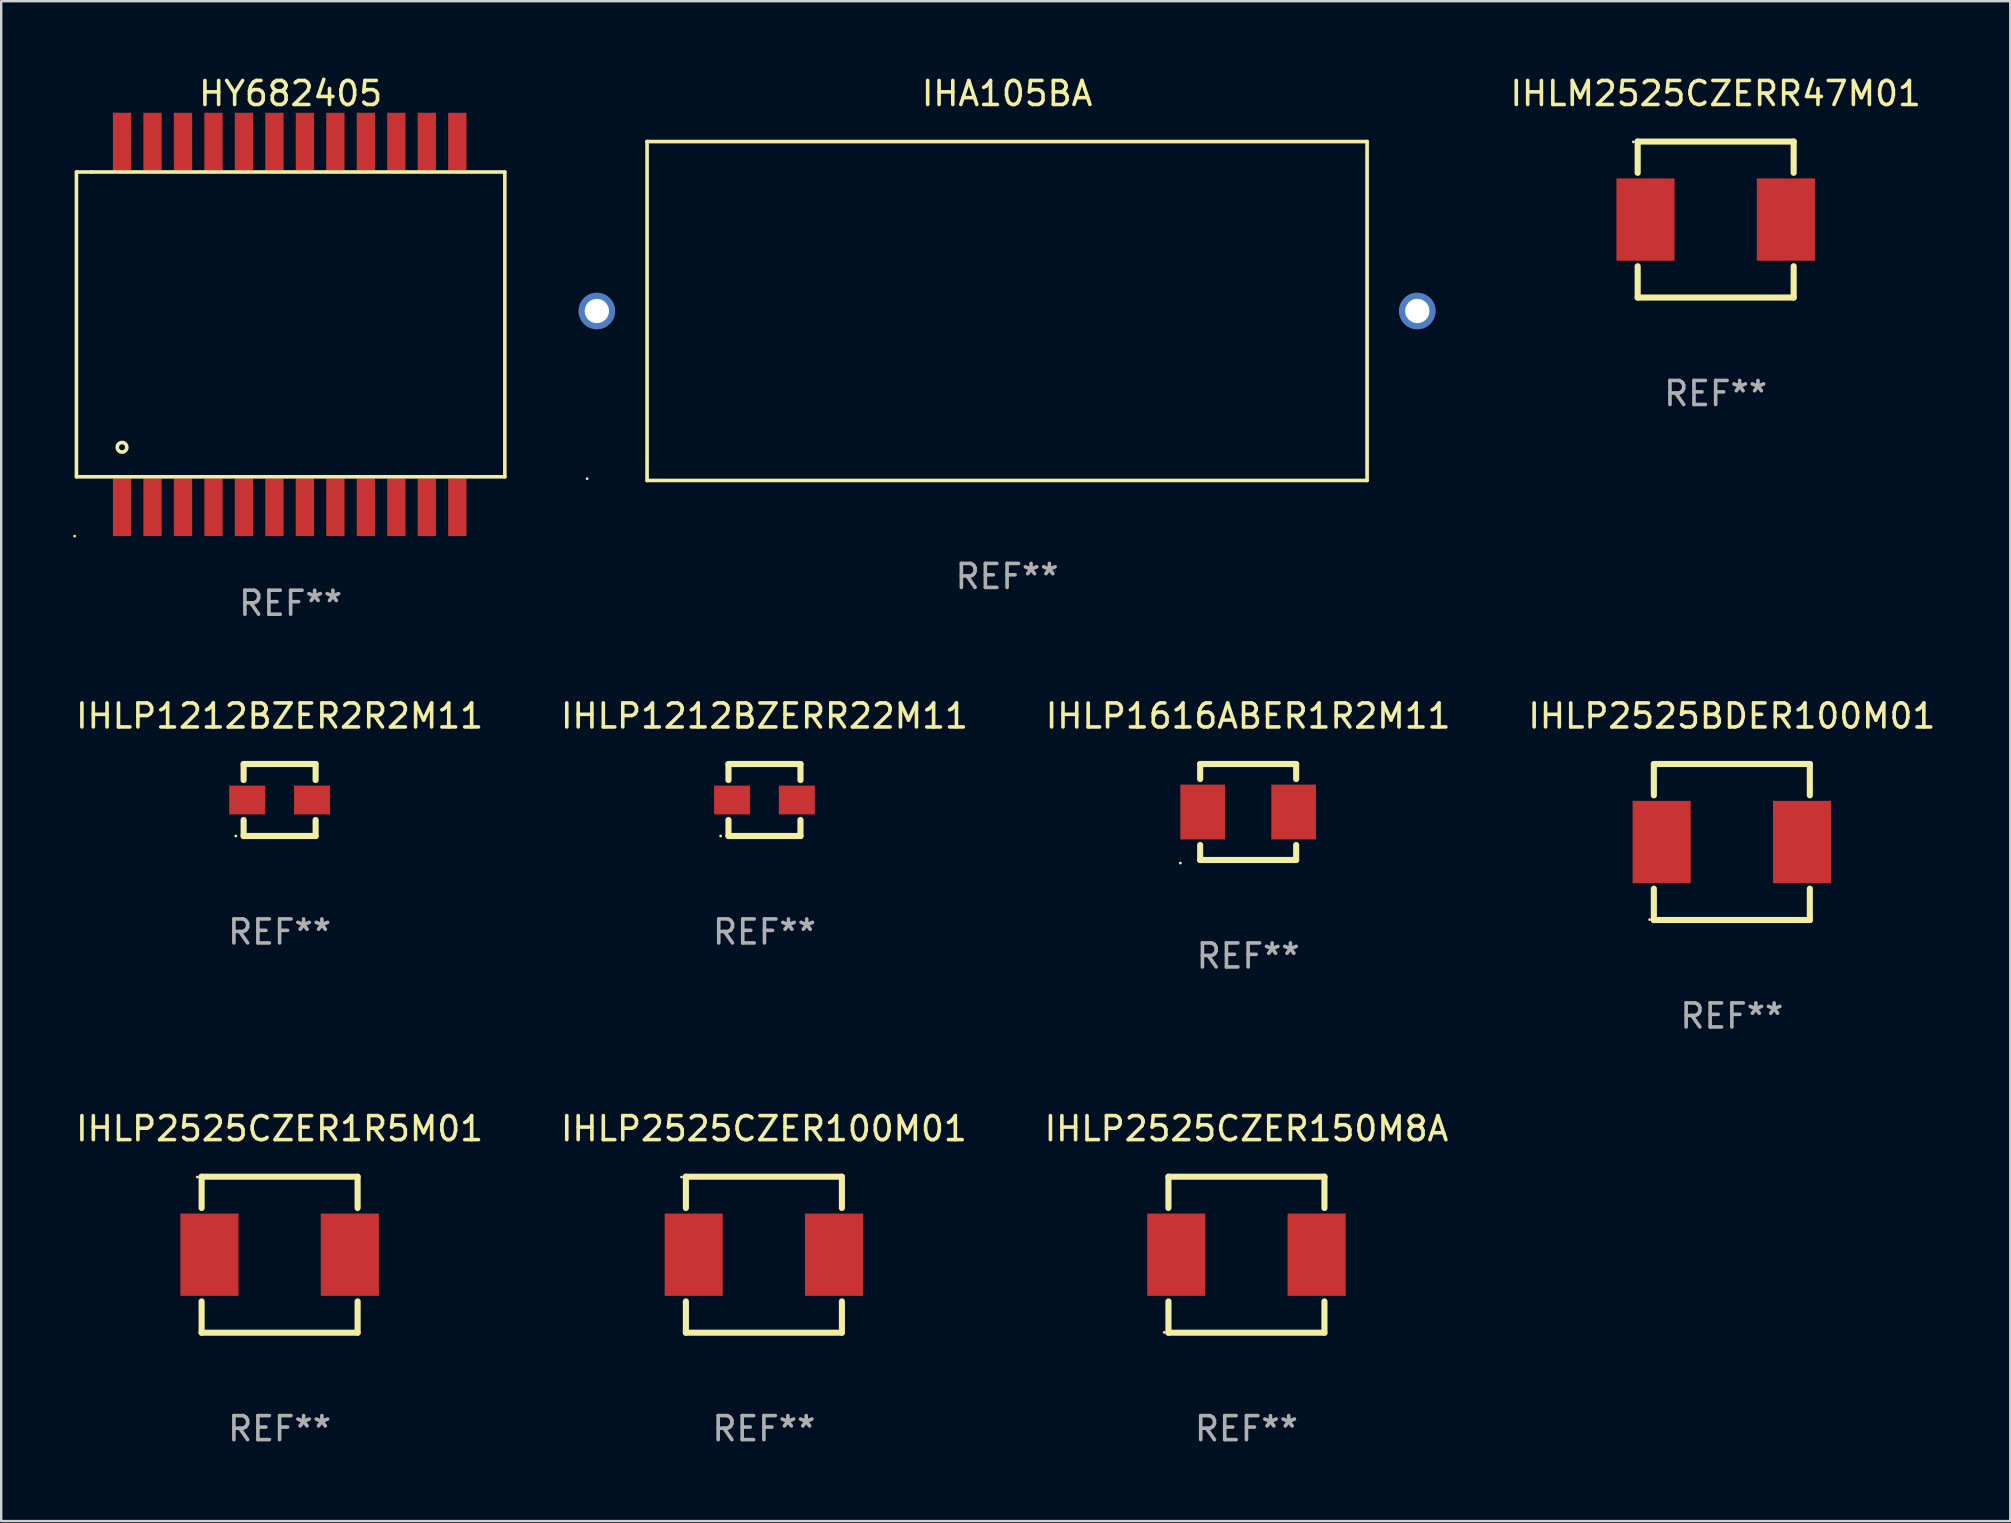
<source format=kicad_pcb>
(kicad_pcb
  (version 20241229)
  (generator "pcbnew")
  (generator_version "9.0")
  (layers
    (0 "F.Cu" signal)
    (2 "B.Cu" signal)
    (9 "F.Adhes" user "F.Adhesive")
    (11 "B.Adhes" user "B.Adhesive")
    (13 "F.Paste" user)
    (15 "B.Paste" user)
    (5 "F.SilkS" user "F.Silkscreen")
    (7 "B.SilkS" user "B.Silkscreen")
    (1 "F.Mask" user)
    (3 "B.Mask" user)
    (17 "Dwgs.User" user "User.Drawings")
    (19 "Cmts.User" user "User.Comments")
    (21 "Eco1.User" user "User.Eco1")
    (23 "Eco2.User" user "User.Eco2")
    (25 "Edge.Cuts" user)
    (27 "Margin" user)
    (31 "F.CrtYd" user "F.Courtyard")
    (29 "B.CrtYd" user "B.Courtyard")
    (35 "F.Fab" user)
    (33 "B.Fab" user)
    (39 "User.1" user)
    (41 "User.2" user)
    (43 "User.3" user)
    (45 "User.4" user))
  (footprint "IHLP2525BDER100M01"
    (layer "F.Cu")
    (at 69.113 32.035)
    (property "Reference" "IHLP2525BDER100M01" (at 0 -5.25 0) (layer "F.SilkS") (effects (font (size 1 1) (thickness 0.15))))
    (attr through_hole)
    (fp_line (start -3.25 -3.25) (end 3.25 -3.25) (stroke (width 0.254) (type solid)) (layer "F.SilkS"))
    (fp_line (start -3.25 -1.946) (end -3.25 -3.25) (stroke (width 0.254) (type solid)) (layer "F.SilkS"))
    (fp_line (start -3.25 3.25) (end -3.25 1.946) (stroke (width 0.254) (type solid)) (layer "F.SilkS"))
    (fp_line (start 3.25 -3.25) (end 3.25 -1.946) (stroke (width 0.254) (type solid)) (layer "F.SilkS"))
    (fp_line (start 3.25 1.946) (end 3.25 3.25) (stroke (width 0.254) (type solid)) (layer "F.SilkS"))
    (fp_line (start 3.25 3.25) (end -3.25 3.25) (stroke (width 0.254) (type solid)) (layer "F.SilkS"))
    (fp_circle (center -3.426 3.235) (end -3.396 3.235) (stroke (width 0.06) (type solid)) (fill no) (layer "F.SilkS"))
    (fp_text user "REF**" (at 0 7.25 0) (layer "F.Fab") (effects (font (size 1 1) (thickness 0.15))))
    (pad "1" smd rect (at -2.925 0) (size 2.42 3.43) (layers "F.Cu" "F.Mask" "F.Paste"))
    (pad "2" smd rect (at 2.925 0) (size 2.42 3.43) (layers "F.Cu" "F.Mask" "F.Paste")))
  (footprint "IHLP2525CZER1R5M01"
    (layer "F.Cu")
    (at 8.601 49.231)
    (property "Reference" "IHLP2525CZER1R5M01" (at 0 -5.25 0) (layer "F.SilkS") (effects (font (size 1 1) (thickness 0.15))))
    (attr through_hole)
    (fp_line (start -3.25 -3.25) (end 3.25 -3.25) (stroke (width 0.254) (type solid)) (layer "F.SilkS"))
    (fp_line (start -3.25 -1.946) (end -3.25 -3.25) (stroke (width 0.254) (type solid)) (layer "F.SilkS"))
    (fp_line (start -3.25 3.25) (end -3.25 1.946) (stroke (width 0.254) (type solid)) (layer "F.SilkS"))
    (fp_line (start 3.25 -3.25) (end 3.25 -1.946) (stroke (width 0.254) (type solid)) (layer "F.SilkS"))
    (fp_line (start 3.25 1.946) (end 3.25 3.25) (stroke (width 0.254) (type solid)) (layer "F.SilkS"))
    (fp_line (start 3.25 3.25) (end -3.25 3.25) (stroke (width 0.254) (type solid)) (layer "F.SilkS"))
    (fp_circle (center -3.43 -3.235) (end -3.4 -3.235) (stroke (width 0.06) (type solid)) (fill no) (layer "F.SilkS"))
    (fp_text user "REF**" (at 0 7.25 0) (layer "F.Fab") (effects (font (size 1 1) (thickness 0.15))))
    (pad "1" smd rect (at -2.925 0) (size 2.42 3.43) (layers "F.Cu" "F.Mask" "F.Paste"))
    (pad "2" smd rect (at 2.925 0) (size 2.42 3.43) (layers "F.Cu" "F.Mask" "F.Paste")))
  (footprint "IHLP1616ABER1R2M11"
    (layer "F.Cu")
    (at 48.958 30.785)
    (property "Reference" "IHLP1616ABER1R2M11" (at 0 -4 0) (layer "F.SilkS") (effects (font (size 1 1) (thickness 0.15))))
    (attr through_hole)
    (fp_line (start -2 -2) (end -2 -1.374) (stroke (width 0.254) (type solid)) (layer "F.SilkS"))
    (fp_line (start -2 -2) (end 2 -2) (stroke (width 0.254) (type solid)) (layer "F.SilkS"))
    (fp_line (start -2 1.374) (end -2 2) (stroke (width 0.254) (type solid)) (layer "F.SilkS"))
    (fp_line (start -2 2) (end 2 2) (stroke (width 0.254) (type solid)) (layer "F.SilkS"))
    (fp_line (start 2 -2) (end 2 -1.374) (stroke (width 0.254) (type solid)) (layer "F.SilkS"))
    (fp_line (start 2 1.374) (end 2 2) (stroke (width 0.254) (type solid)) (layer "F.SilkS"))
    (fp_circle (center -2.825 2.127) (end -2.795 2.127) (stroke (width 0.06) (type solid)) (fill no) (layer "F.SilkS"))
    (fp_text user "REF**" (at 0 6 0) (layer "F.Fab") (effects (font (size 1 1) (thickness 0.15))))
    (pad "1" smd rect (at -1.895 0 90) (size 2.286 1.86) (layers "F.Cu" "F.Mask" "F.Paste"))
    (pad "2" smd rect (at 1.895 0 90) (size 2.286 1.86) (layers "F.Cu" "F.Mask" "F.Paste")))
  (footprint "IHLP2525CZER100M01"
    (layer "F.Cu")
    (at 28.78 49.231)
    (property "Reference" "IHLP2525CZER100M01" (at 0 -5.25 0) (layer "F.SilkS") (effects (font (size 1 1) (thickness 0.15))))
    (attr through_hole)
    (fp_line (start -3.25 -3.25) (end 3.25 -3.25) (stroke (width 0.254) (type solid)) (layer "F.SilkS"))
    (fp_line (start -3.25 -1.946) (end -3.25 -3.25) (stroke (width 0.254) (type solid)) (layer "F.SilkS"))
    (fp_line (start -3.25 3.25) (end -3.25 1.946) (stroke (width 0.254) (type solid)) (layer "F.SilkS"))
    (fp_line (start 3.25 -3.25) (end 3.25 -1.946) (stroke (width 0.254) (type solid)) (layer "F.SilkS"))
    (fp_line (start 3.25 1.946) (end 3.25 3.25) (stroke (width 0.254) (type solid)) (layer "F.SilkS"))
    (fp_line (start 3.25 3.25) (end -3.25 3.25) (stroke (width 0.254) (type solid)) (layer "F.SilkS"))
    (fp_circle (center -3.43 -3.235) (end -3.4 -3.235) (stroke (width 0.06) (type solid)) (fill no) (layer "F.SilkS"))
    (fp_text user "REF**" (at 0 7.25 0) (layer "F.Fab") (effects (font (size 1 1) (thickness 0.15))))
    (pad "1" smd rect (at -2.925 0) (size 2.42 3.43) (layers "F.Cu" "F.Mask" "F.Paste"))
    (pad "2" smd rect (at 2.925 0) (size 2.42 3.43) (layers "F.Cu" "F.Mask" "F.Paste")))
  (footprint "IHLP1212BZER2R2M11"
    (layer "F.Cu")
    (at 8.601 30.285)
    (property "Reference" "IHLP1212BZER2R2M11" (at 0 -3.5 0) (layer "F.SilkS") (effects (font (size 1 1) (thickness 0.15))))
    (attr through_hole)
    (fp_line (start -1.5 -1.5) (end 1.5 -1.5) (stroke (width 0.254) (type solid)) (layer "F.SilkS"))
    (fp_line (start -1.5 -0.831) (end -1.5 -1.5) (stroke (width 0.254) (type solid)) (layer "F.SilkS"))
    (fp_line (start -1.5 1.5) (end -1.5 0.831) (stroke (width 0.254) (type solid)) (layer "F.SilkS"))
    (fp_line (start 1.5 -1.5) (end 1.5 -0.831) (stroke (width 0.254) (type solid)) (layer "F.SilkS"))
    (fp_line (start 1.5 0.831) (end 1.5 1.5) (stroke (width 0.254) (type solid)) (layer "F.SilkS"))
    (fp_line (start 1.5 1.5) (end -1.5 1.5) (stroke (width 0.254) (type solid)) (layer "F.SilkS"))
    (fp_circle (center -1.825 1.5) (end -1.795 1.5) (stroke (width 0.06) (type solid)) (fill no) (layer "F.SilkS"))
    (fp_text user "REF**" (at 0 5.5 0) (layer "F.Fab") (effects (font (size 1 1) (thickness 0.15))))
    (pad "1" smd rect (at -1.35 0) (size 1.5 1.2) (layers "F.Cu" "F.Mask" "F.Paste"))
    (pad "2" smd rect (at 1.35 0 180) (size 1.5 1.2) (layers "F.Cu" "F.Mask" "F.Paste")))
  (footprint "IHLP1212BZERR22M11"
    (layer "F.Cu")
    (at 28.804 30.285)
    (property "Reference" "IHLP1212BZERR22M11" (at 0 -3.5 0) (layer "F.SilkS") (effects (font (size 1 1) (thickness 0.15))))
    (attr through_hole)
    (fp_line (start -1.5 -1.5) (end 1.5 -1.5) (stroke (width 0.254) (type solid)) (layer "F.SilkS"))
    (fp_line (start -1.5 -0.831) (end -1.5 -1.5) (stroke (width 0.254) (type solid)) (layer "F.SilkS"))
    (fp_line (start -1.5 1.5) (end -1.5 0.831) (stroke (width 0.254) (type solid)) (layer "F.SilkS"))
    (fp_line (start 1.5 -1.5) (end 1.5 -0.831) (stroke (width 0.254) (type solid)) (layer "F.SilkS"))
    (fp_line (start 1.5 0.831) (end 1.5 1.5) (stroke (width 0.254) (type solid)) (layer "F.SilkS"))
    (fp_line (start 1.5 1.5) (end -1.5 1.5) (stroke (width 0.254) (type solid)) (layer "F.SilkS"))
    (fp_circle (center -1.825 1.5) (end -1.795 1.5) (stroke (width 0.06) (type solid)) (fill no) (layer "F.SilkS"))
    (fp_text user "REF**" (at 0 5.5 0) (layer "F.Fab") (effects (font (size 1 1) (thickness 0.15))))
    (pad "1" smd rect (at -1.35 0) (size 1.5 1.2) (layers "F.Cu" "F.Mask" "F.Paste"))
    (pad "2" smd rect (at 1.35 0 180) (size 1.5 1.2) (layers "F.Cu" "F.Mask" "F.Paste")))
  (footprint "IHLP2525CZER150M8A"
    (layer "F.Cu")
    (at 48.887 49.231)
    (property "Reference" "IHLP2525CZER150M8A" (at 0 -5.25 0) (layer "F.SilkS") (effects (font (size 1 1) (thickness 0.15))))
    (attr through_hole)
    (fp_line (start -3.25 -3.25) (end 3.25 -3.25) (stroke (width 0.254) (type solid)) (layer "F.SilkS"))
    (fp_line (start -3.25 -1.946) (end -3.25 -3.25) (stroke (width 0.254) (type solid)) (layer "F.SilkS"))
    (fp_line (start -3.25 3.25) (end -3.25 1.946) (stroke (width 0.254) (type solid)) (layer "F.SilkS"))
    (fp_line (start 3.25 -3.25) (end 3.25 -1.946) (stroke (width 0.254) (type solid)) (layer "F.SilkS"))
    (fp_line (start 3.25 1.946) (end 3.25 3.25) (stroke (width 0.254) (type solid)) (layer "F.SilkS"))
    (fp_line (start 3.25 3.25) (end -3.25 3.25) (stroke (width 0.254) (type solid)) (layer "F.SilkS"))
    (fp_circle (center -3.426 3.235) (end -3.396 3.235) (stroke (width 0.06) (type solid)) (fill no) (layer "F.SilkS"))
    (fp_text user "REF**" (at 0 7.25 0) (layer "F.Fab") (effects (font (size 1 1) (thickness 0.15))))
    (pad "1" smd rect (at -2.925 0) (size 2.42 3.43) (layers "F.Cu" "F.Mask" "F.Paste"))
    (pad "2" smd rect (at 2.925 0) (size 2.42 3.43) (layers "F.Cu" "F.Mask" "F.Paste")))
  (footprint "IHLM2525CZERR47M01"
    (layer "F.Cu")
    (at 68.439 6.098)
    (property "Reference" "IHLM2525CZERR47M01" (at 0 -5.25 0) (layer "F.SilkS") (effects (font (size 1 1) (thickness 0.15))))
    (attr through_hole)
    (fp_line (start -3.25 -3.25) (end 3.25 -3.25) (stroke (width 0.254) (type solid)) (layer "F.SilkS"))
    (fp_line (start -3.25 -1.946) (end -3.25 -3.25) (stroke (width 0.254) (type solid)) (layer "F.SilkS"))
    (fp_line (start -3.25 3.25) (end -3.25 1.946) (stroke (width 0.254) (type solid)) (layer "F.SilkS"))
    (fp_line (start 3.25 -3.25) (end 3.25 -1.946) (stroke (width 0.254) (type solid)) (layer "F.SilkS"))
    (fp_line (start 3.25 1.946) (end 3.25 3.25) (stroke (width 0.254) (type solid)) (layer "F.SilkS"))
    (fp_line (start 3.25 3.25) (end -3.25 3.25) (stroke (width 0.254) (type solid)) (layer "F.SilkS"))
    (fp_circle (center -3.43 -3.235) (end -3.4 -3.235) (stroke (width 0.06) (type solid)) (fill no) (layer "F.SilkS"))
    (fp_text user "REF**" (at 0 7.25 0) (layer "F.Fab") (effects (font (size 1 1) (thickness 0.15))))
    (pad "1" smd rect (at -2.925 0) (size 2.42 3.43) (layers "F.Cu" "F.Mask" "F.Paste"))
    (pad "2" smd rect (at 2.925 0) (size 2.42 3.43) (layers "F.Cu" "F.Mask" "F.Paste")))
  (footprint "HY682405"
    (layer "F.Cu")
    (at 9.06 10.468)
    (property "Reference" "HY682405" (at 0 -9.62 0) (layer "F.SilkS") (effects (font (size 1 1) (thickness 0.15))))
    (attr through_hole)
    (fp_line (start -8.925 -6.35) (end -8.925 6.35) (stroke (width 0.15) (type solid)) (layer "F.SilkS"))
    (fp_line (start -8.925 6.35) (end 8.925 6.35) (stroke (width 0.15) (type solid)) (layer "F.SilkS"))
    (fp_line (start -8.295 -6.35) (end -8.925 -6.35) (stroke (width 0.15) (type solid)) (layer "F.SilkS"))
    (fp_line (start 8.925 -6.35) (end -8.295 -6.35) (stroke (width 0.15) (type solid)) (layer "F.SilkS"))
    (fp_line (start 8.925 6.35) (end 8.925 -6.35) (stroke (width 0.15) (type solid)) (layer "F.SilkS"))
    (fp_circle (center -9 8.82) (end -8.97 8.82) (stroke (width 0.06) (type solid)) (fill no) (layer "F.SilkS"))
    (fp_circle (center -7.025 5.12) (end -6.825 5.12) (stroke (width 0.15) (type solid)) (fill no) (layer "F.SilkS"))
    (fp_text user "REF**" (at 0 11.62 0) (layer "F.Fab") (effects (font (size 1 1) (thickness 0.15))))
    (pad "1" smd rect (at -7.025 7.62 180) (size 0.762 2.4) (layers "F.Cu" "F.Mask" "F.Paste"))
    (pad "2" smd rect (at -5.755 7.62 180) (size 0.762 2.4) (layers "F.Cu" "F.Mask" "F.Paste"))
    (pad "3" smd rect (at -4.485 7.62 180) (size 0.762 2.4) (layers "F.Cu" "F.Mask" "F.Paste"))
    (pad "4" smd rect (at -3.215 7.62 180) (size 0.762 2.4) (layers "F.Cu" "F.Mask" "F.Paste"))
    (pad "5" smd rect (at -1.945 7.62 180) (size 0.762 2.4) (layers "F.Cu" "F.Mask" "F.Paste"))
    (pad "6" smd rect (at -0.675 7.62 180) (size 0.762 2.4) (layers "F.Cu" "F.Mask" "F.Paste"))
    (pad "7" smd rect (at 0.595 7.62 180) (size 0.762 2.4) (layers "F.Cu" "F.Mask" "F.Paste"))
    (pad "8" smd rect (at 1.865 7.62 180) (size 0.762 2.4) (layers "F.Cu" "F.Mask" "F.Paste"))
    (pad "9" smd rect (at 3.135 7.62 180) (size 0.762 2.4) (layers "F.Cu" "F.Mask" "F.Paste"))
    (pad "10" smd rect (at 4.405 7.62 180) (size 0.762 2.4) (layers "F.Cu" "F.Mask" "F.Paste"))
    (pad "11" smd rect (at 5.675 7.62 180) (size 0.762 2.4) (layers "F.Cu" "F.Mask" "F.Paste"))
    (pad "12" smd rect (at 6.945 7.62 180) (size 0.762 2.4) (layers "F.Cu" "F.Mask" "F.Paste"))
    (pad "13" smd rect (at 6.945 -7.62) (size 0.762 2.4) (layers "F.Cu" "F.Mask" "F.Paste"))
    (pad "14" smd rect (at 5.675 -7.62) (size 0.762 2.4) (layers "F.Cu" "F.Mask" "F.Paste"))
    (pad "15" smd rect (at 4.405 -7.62) (size 0.762 2.4) (layers "F.Cu" "F.Mask" "F.Paste"))
    (pad "16" smd rect (at 3.135 -7.62) (size 0.762 2.4) (layers "F.Cu" "F.Mask" "F.Paste"))
    (pad "17" smd rect (at 1.865 -7.62) (size 0.762 2.4) (layers "F.Cu" "F.Mask" "F.Paste"))
    (pad "18" smd rect (at 0.595 -7.62) (size 0.762 2.4) (layers "F.Cu" "F.Mask" "F.Paste"))
    (pad "19" smd rect (at -0.675 -7.62) (size 0.762 2.4) (layers "F.Cu" "F.Mask" "F.Paste"))
    (pad "20" smd rect (at -1.945 -7.62) (size 0.762 2.4) (layers "F.Cu" "F.Mask" "F.Paste"))
    (pad "21" smd rect (at -3.215 -7.62 180) (size 0.762 2.4) (layers "F.Cu" "F.Mask" "F.Paste"))
    (pad "22" smd rect (at -4.485 -7.62 180) (size 0.762 2.4) (layers "F.Cu" "F.Mask" "F.Paste"))
    (pad "23" smd rect (at -5.755 -7.62 180) (size 0.762 2.4) (layers "F.Cu" "F.Mask" "F.Paste"))
    (pad "24" smd rect (at -7.025 -7.62 180) (size 0.762 2.4) (layers "F.Cu" "F.Mask" "F.Paste")))
  (footprint "IHA105BA"
    (layer "F.Cu")
    (at 38.913 9.909)
    (property "Reference" "IHA105BA" (at 0 -9.061 0) (layer "F.SilkS") (effects (font (size 1 1) (thickness 0.15))))
    (attr through_hole)
    (fp_line (start -15.001 -7.061) (end 15.001 -7.061) (stroke (width 0.152) (type solid)) (layer "F.SilkS"))
    (fp_line (start -15.001 7.061) (end -15.001 -7.061) (stroke (width 0.152) (type solid)) (layer "F.SilkS"))
    (fp_line (start 15.001 -7.061) (end 15.001 7.061) (stroke (width 0.152) (type solid)) (layer "F.SilkS"))
    (fp_line (start 15.001 7.061) (end -15.001 7.061) (stroke (width 0.152) (type solid)) (layer "F.SilkS"))
    (fp_circle (center -17.5 6.985) (end -17.47 6.985) (stroke (width 0.06) (type solid)) (fill no) (layer "F.SilkS"))
    (fp_text user "REF**" (at 0 11.061 0) (layer "F.Fab") (effects (font (size 1 1) (thickness 0.15))))
    (pad "1" thru_hole circle (at -17.093 0) (size 1.52 1.52) (drill 1.013) (layers "*.Cu" "*.Mask"))
    (pad "2" thru_hole circle (at 17.093 0) (size 1.52 1.52) (drill 1.013) (layers "*.Cu" "*.Mask")))
  (gr_rect
    (start -3 -3)
    (end 80.714 60.33)
    (stroke (width 0.1) (type default))
    (fill no)
    (layer "Edge.Cuts")))
</source>
